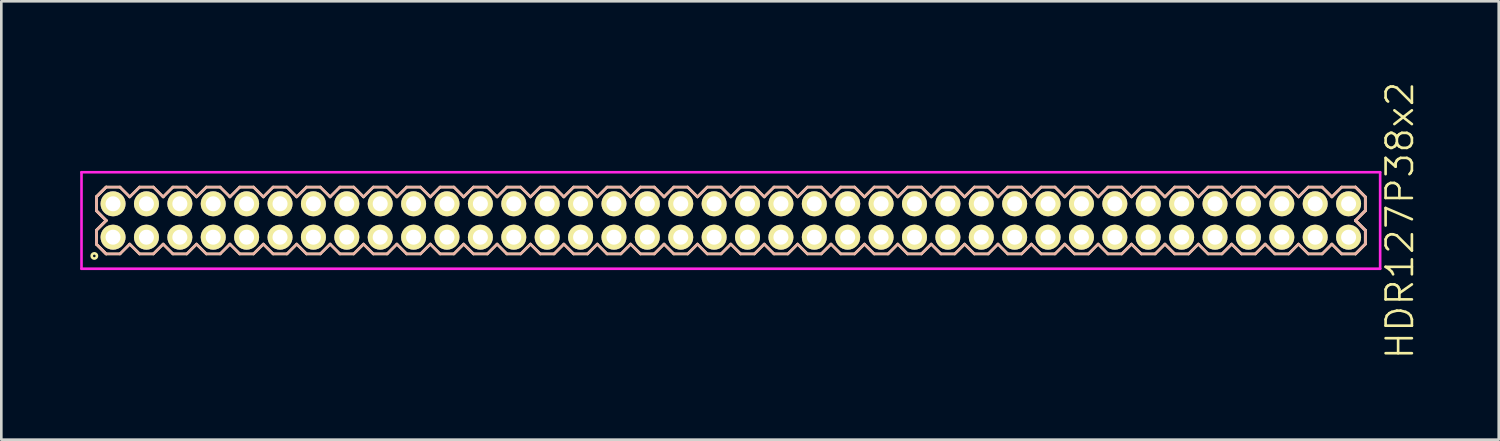
<source format=kicad_pcb>
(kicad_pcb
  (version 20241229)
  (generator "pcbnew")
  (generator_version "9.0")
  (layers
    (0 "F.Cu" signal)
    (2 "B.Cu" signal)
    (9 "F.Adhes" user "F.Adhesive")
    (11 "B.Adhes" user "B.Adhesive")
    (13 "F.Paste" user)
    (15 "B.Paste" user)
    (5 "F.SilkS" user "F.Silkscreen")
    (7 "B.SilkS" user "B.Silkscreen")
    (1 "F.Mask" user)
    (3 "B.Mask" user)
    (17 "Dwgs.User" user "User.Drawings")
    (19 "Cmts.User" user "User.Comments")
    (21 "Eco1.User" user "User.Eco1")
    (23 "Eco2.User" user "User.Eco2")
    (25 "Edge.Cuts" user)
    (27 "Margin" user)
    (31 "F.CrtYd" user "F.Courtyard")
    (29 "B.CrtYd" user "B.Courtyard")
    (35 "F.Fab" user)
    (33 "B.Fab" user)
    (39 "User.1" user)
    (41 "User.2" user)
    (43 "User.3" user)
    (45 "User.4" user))
  (footprint "HDR127P38x2"
    (layer "F.Cu")
    (at 24.745 5.336)
    (property "Reference" "HDR127P38x2" (at 25.445 0 90) (layer "F.SilkS") (effects (font (size 1 1) (thickness 0.1))))
    (attr through_hole)
    (fp_line (start -24.13 -0.898) (end -23.758 -1.27) (stroke (width 0.1) (type solid)) (layer "F.SilkS"))
    (fp_line (start -24.13 -0.898) (end -23.758 -1.27) (stroke (width 0.1) (type solid)) (layer "F.SilkS"))
    (fp_line (start -24.13 -0.372) (end -24.13 -0.898) (stroke (width 0.1) (type solid)) (layer "F.SilkS"))
    (fp_line (start -24.13 -0.372) (end -24.13 -0.898) (stroke (width 0.1) (type solid)) (layer "F.SilkS"))
    (fp_line (start -24.13 0.372) (end -23.758 0) (stroke (width 0.1) (type solid)) (layer "F.SilkS"))
    (fp_line (start -24.13 0.372) (end -23.758 0) (stroke (width 0.1) (type solid)) (layer "F.SilkS"))
    (fp_line (start -24.13 0.898) (end -24.13 0.372) (stroke (width 0.1) (type solid)) (layer "F.SilkS"))
    (fp_line (start -24.13 0.898) (end -24.13 0.372) (stroke (width 0.1) (type solid)) (layer "F.SilkS"))
    (fp_line (start -23.758 -1.27) (end -23.232 -1.27) (stroke (width 0.1) (type solid)) (layer "F.SilkS"))
    (fp_line (start -23.758 0) (end -24.13 -0.372) (stroke (width 0.1) (type solid)) (layer "F.SilkS"))
    (fp_line (start -23.758 0) (end -24.13 -0.372) (stroke (width 0.1) (type solid)) (layer "F.SilkS"))
    (fp_line (start -23.758 1.27) (end -24.13 0.898) (stroke (width 0.1) (type solid)) (layer "F.SilkS"))
    (fp_line (start -23.758 1.27) (end -24.13 0.898) (stroke (width 0.1) (type solid)) (layer "F.SilkS"))
    (fp_line (start -23.232 -1.27) (end -22.86 -0.898) (stroke (width 0.1) (type solid)) (layer "F.SilkS"))
    (fp_line (start -23.232 1.27) (end -23.758 1.27) (stroke (width 0.1) (type solid)) (layer "F.SilkS"))
    (fp_line (start -22.86 -0.898) (end -22.488 -1.27) (stroke (width 0.1) (type solid)) (layer "F.SilkS"))
    (fp_line (start -22.86 0.898) (end -23.232 1.27) (stroke (width 0.1) (type solid)) (layer "F.SilkS"))
    (fp_line (start -22.488 -1.27) (end -21.962 -1.27) (stroke (width 0.1) (type solid)) (layer "F.SilkS"))
    (fp_line (start -22.488 1.27) (end -22.86 0.898) (stroke (width 0.1) (type solid)) (layer "F.SilkS"))
    (fp_line (start -21.962 -1.27) (end -21.59 -0.898) (stroke (width 0.1) (type solid)) (layer "F.SilkS"))
    (fp_line (start -21.962 1.27) (end -22.488 1.27) (stroke (width 0.1) (type solid)) (layer "F.SilkS"))
    (fp_line (start -21.59 -0.898) (end -21.218 -1.27) (stroke (width 0.1) (type solid)) (layer "F.SilkS"))
    (fp_line (start -21.59 0.898) (end -21.962 1.27) (stroke (width 0.1) (type solid)) (layer "F.SilkS"))
    (fp_line (start -21.218 -1.27) (end -20.692 -1.27) (stroke (width 0.1) (type solid)) (layer "F.SilkS"))
    (fp_line (start -21.218 1.27) (end -21.59 0.898) (stroke (width 0.1) (type solid)) (layer "F.SilkS"))
    (fp_line (start -20.692 -1.27) (end -20.32 -0.898) (stroke (width 0.1) (type solid)) (layer "F.SilkS"))
    (fp_line (start -20.692 1.27) (end -21.218 1.27) (stroke (width 0.1) (type solid)) (layer "F.SilkS"))
    (fp_line (start -20.32 -0.898) (end -19.948 -1.27) (stroke (width 0.1) (type solid)) (layer "F.SilkS"))
    (fp_line (start -20.32 0.898) (end -20.692 1.27) (stroke (width 0.1) (type solid)) (layer "F.SilkS"))
    (fp_line (start -19.948 -1.27) (end -19.422 -1.27) (stroke (width 0.1) (type solid)) (layer "F.SilkS"))
    (fp_line (start -19.948 1.27) (end -20.32 0.898) (stroke (width 0.1) (type solid)) (layer "F.SilkS"))
    (fp_line (start -19.422 -1.27) (end -19.05 -0.898) (stroke (width 0.1) (type solid)) (layer "F.SilkS"))
    (fp_line (start -19.422 1.27) (end -19.948 1.27) (stroke (width 0.1) (type solid)) (layer "F.SilkS"))
    (fp_line (start -19.05 -0.898) (end -18.678 -1.27) (stroke (width 0.1) (type solid)) (layer "F.SilkS"))
    (fp_line (start -19.05 0.898) (end -19.422 1.27) (stroke (width 0.1) (type solid)) (layer "F.SilkS"))
    (fp_line (start -18.678 -1.27) (end -18.152 -1.27) (stroke (width 0.1) (type solid)) (layer "F.SilkS"))
    (fp_line (start -18.678 1.27) (end -19.05 0.898) (stroke (width 0.1) (type solid)) (layer "F.SilkS"))
    (fp_line (start -18.152 -1.27) (end -17.78 -0.898) (stroke (width 0.1) (type solid)) (layer "F.SilkS"))
    (fp_line (start -18.152 1.27) (end -18.678 1.27) (stroke (width 0.1) (type solid)) (layer "F.SilkS"))
    (fp_line (start -17.78 -0.898) (end -17.408 -1.27) (stroke (width 0.1) (type solid)) (layer "F.SilkS"))
    (fp_line (start -17.78 0.898) (end -18.152 1.27) (stroke (width 0.1) (type solid)) (layer "F.SilkS"))
    (fp_line (start -17.408 -1.27) (end -16.882 -1.27) (stroke (width 0.1) (type solid)) (layer "F.SilkS"))
    (fp_line (start -17.408 1.27) (end -17.78 0.898) (stroke (width 0.1) (type solid)) (layer "F.SilkS"))
    (fp_line (start -16.882 -1.27) (end -16.51 -0.898) (stroke (width 0.1) (type solid)) (layer "F.SilkS"))
    (fp_line (start -16.882 1.27) (end -17.408 1.27) (stroke (width 0.1) (type solid)) (layer "F.SilkS"))
    (fp_line (start -16.51 -0.898) (end -16.138 -1.27) (stroke (width 0.1) (type solid)) (layer "F.SilkS"))
    (fp_line (start -16.51 0.898) (end -16.882 1.27) (stroke (width 0.1) (type solid)) (layer "F.SilkS"))
    (fp_line (start -16.138 -1.27) (end -15.612 -1.27) (stroke (width 0.1) (type solid)) (layer "F.SilkS"))
    (fp_line (start -16.138 1.27) (end -16.51 0.898) (stroke (width 0.1) (type solid)) (layer "F.SilkS"))
    (fp_line (start -15.612 -1.27) (end -15.24 -0.898) (stroke (width 0.1) (type solid)) (layer "F.SilkS"))
    (fp_line (start -15.612 1.27) (end -16.138 1.27) (stroke (width 0.1) (type solid)) (layer "F.SilkS"))
    (fp_line (start -15.24 -0.898) (end -14.868 -1.27) (stroke (width 0.1) (type solid)) (layer "F.SilkS"))
    (fp_line (start -15.24 0.898) (end -15.612 1.27) (stroke (width 0.1) (type solid)) (layer "F.SilkS"))
    (fp_line (start -14.868 -1.27) (end -14.342 -1.27) (stroke (width 0.1) (type solid)) (layer "F.SilkS"))
    (fp_line (start -14.868 1.27) (end -15.24 0.898) (stroke (width 0.1) (type solid)) (layer "F.SilkS"))
    (fp_line (start -14.342 -1.27) (end -13.97 -0.898) (stroke (width 0.1) (type solid)) (layer "F.SilkS"))
    (fp_line (start -14.342 1.27) (end -14.868 1.27) (stroke (width 0.1) (type solid)) (layer "F.SilkS"))
    (fp_line (start -13.97 -0.898) (end -13.598 -1.27) (stroke (width 0.1) (type solid)) (layer "F.SilkS"))
    (fp_line (start -13.97 0.898) (end -14.342 1.27) (stroke (width 0.1) (type solid)) (layer "F.SilkS"))
    (fp_line (start -13.598 -1.27) (end -13.072 -1.27) (stroke (width 0.1) (type solid)) (layer "F.SilkS"))
    (fp_line (start -13.598 1.27) (end -13.97 0.898) (stroke (width 0.1) (type solid)) (layer "F.SilkS"))
    (fp_line (start -13.072 -1.27) (end -12.7 -0.898) (stroke (width 0.1) (type solid)) (layer "F.SilkS"))
    (fp_line (start -13.072 1.27) (end -13.598 1.27) (stroke (width 0.1) (type solid)) (layer "F.SilkS"))
    (fp_line (start -12.7 -0.898) (end -12.328 -1.27) (stroke (width 0.1) (type solid)) (layer "F.SilkS"))
    (fp_line (start -12.7 0.898) (end -13.072 1.27) (stroke (width 0.1) (type solid)) (layer "F.SilkS"))
    (fp_line (start -12.328 -1.27) (end -11.802 -1.27) (stroke (width 0.1) (type solid)) (layer "F.SilkS"))
    (fp_line (start -12.328 1.27) (end -12.7 0.898) (stroke (width 0.1) (type solid)) (layer "F.SilkS"))
    (fp_line (start -11.802 -1.27) (end -11.43 -0.898) (stroke (width 0.1) (type solid)) (layer "F.SilkS"))
    (fp_line (start -11.802 1.27) (end -12.328 1.27) (stroke (width 0.1) (type solid)) (layer "F.SilkS"))
    (fp_line (start -11.43 -0.898) (end -11.058 -1.27) (stroke (width 0.1) (type solid)) (layer "F.SilkS"))
    (fp_line (start -11.43 0.898) (end -11.802 1.27) (stroke (width 0.1) (type solid)) (layer "F.SilkS"))
    (fp_line (start -11.058 -1.27) (end -10.532 -1.27) (stroke (width 0.1) (type solid)) (layer "F.SilkS"))
    (fp_line (start -11.058 1.27) (end -11.43 0.898) (stroke (width 0.1) (type solid)) (layer "F.SilkS"))
    (fp_line (start -10.532 -1.27) (end -10.16 -0.898) (stroke (width 0.1) (type solid)) (layer "F.SilkS"))
    (fp_line (start -10.532 1.27) (end -11.058 1.27) (stroke (width 0.1) (type solid)) (layer "F.SilkS"))
    (fp_line (start -10.16 -0.898) (end -9.788 -1.27) (stroke (width 0.1) (type solid)) (layer "F.SilkS"))
    (fp_line (start -10.16 0.898) (end -10.532 1.27) (stroke (width 0.1) (type solid)) (layer "F.SilkS"))
    (fp_line (start -9.788 -1.27) (end -9.262 -1.27) (stroke (width 0.1) (type solid)) (layer "F.SilkS"))
    (fp_line (start -9.788 1.27) (end -10.16 0.898) (stroke (width 0.1) (type solid)) (layer "F.SilkS"))
    (fp_line (start -9.262 -1.27) (end -8.89 -0.898) (stroke (width 0.1) (type solid)) (layer "F.SilkS"))
    (fp_line (start -9.262 1.27) (end -9.788 1.27) (stroke (width 0.1) (type solid)) (layer "F.SilkS"))
    (fp_line (start -8.89 -0.898) (end -8.518 -1.27) (stroke (width 0.1) (type solid)) (layer "F.SilkS"))
    (fp_line (start -8.89 0.898) (end -9.262 1.27) (stroke (width 0.1) (type solid)) (layer "F.SilkS"))
    (fp_line (start -8.518 -1.27) (end -7.992 -1.27) (stroke (width 0.1) (type solid)) (layer "F.SilkS"))
    (fp_line (start -8.518 1.27) (end -8.89 0.898) (stroke (width 0.1) (type solid)) (layer "F.SilkS"))
    (fp_line (start -7.992 -1.27) (end -7.62 -0.898) (stroke (width 0.1) (type solid)) (layer "F.SilkS"))
    (fp_line (start -7.992 1.27) (end -8.518 1.27) (stroke (width 0.1) (type solid)) (layer "F.SilkS"))
    (fp_line (start -7.62 -0.898) (end -7.248 -1.27) (stroke (width 0.1) (type solid)) (layer "F.SilkS"))
    (fp_line (start -7.62 0.898) (end -7.992 1.27) (stroke (width 0.1) (type solid)) (layer "F.SilkS"))
    (fp_line (start -7.248 -1.27) (end -6.722 -1.27) (stroke (width 0.1) (type solid)) (layer "F.SilkS"))
    (fp_line (start -7.248 1.27) (end -7.62 0.898) (stroke (width 0.1) (type solid)) (layer "F.SilkS"))
    (fp_line (start -6.722 -1.27) (end -6.35 -0.898) (stroke (width 0.1) (type solid)) (layer "F.SilkS"))
    (fp_line (start -6.722 1.27) (end -7.248 1.27) (stroke (width 0.1) (type solid)) (layer "F.SilkS"))
    (fp_line (start -6.35 -0.898) (end -5.978 -1.27) (stroke (width 0.1) (type solid)) (layer "F.SilkS"))
    (fp_line (start -6.35 0.898) (end -6.722 1.27) (stroke (width 0.1) (type solid)) (layer "F.SilkS"))
    (fp_line (start -5.978 -1.27) (end -5.452 -1.27) (stroke (width 0.1) (type solid)) (layer "F.SilkS"))
    (fp_line (start -5.978 1.27) (end -6.35 0.898) (stroke (width 0.1) (type solid)) (layer "F.SilkS"))
    (fp_line (start -5.452 -1.27) (end -5.08 -0.898) (stroke (width 0.1) (type solid)) (layer "F.SilkS"))
    (fp_line (start -5.452 1.27) (end -5.978 1.27) (stroke (width 0.1) (type solid)) (layer "F.SilkS"))
    (fp_line (start -5.08 -0.898) (end -4.708 -1.27) (stroke (width 0.1) (type solid)) (layer "F.SilkS"))
    (fp_line (start -5.08 0.898) (end -5.452 1.27) (stroke (width 0.1) (type solid)) (layer "F.SilkS"))
    (fp_line (start -4.708 -1.27) (end -4.182 -1.27) (stroke (width 0.1) (type solid)) (layer "F.SilkS"))
    (fp_line (start -4.708 1.27) (end -5.08 0.898) (stroke (width 0.1) (type solid)) (layer "F.SilkS"))
    (fp_line (start -4.182 -1.27) (end -3.81 -0.898) (stroke (width 0.1) (type solid)) (layer "F.SilkS"))
    (fp_line (start -4.182 1.27) (end -4.708 1.27) (stroke (width 0.1) (type solid)) (layer "F.SilkS"))
    (fp_line (start -3.81 -0.898) (end -3.438 -1.27) (stroke (width 0.1) (type solid)) (layer "F.SilkS"))
    (fp_line (start -3.81 0.898) (end -4.182 1.27) (stroke (width 0.1) (type solid)) (layer "F.SilkS"))
    (fp_line (start -3.438 -1.27) (end -2.912 -1.27) (stroke (width 0.1) (type solid)) (layer "F.SilkS"))
    (fp_line (start -3.438 1.27) (end -3.81 0.898) (stroke (width 0.1) (type solid)) (layer "F.SilkS"))
    (fp_line (start -2.912 -1.27) (end -2.54 -0.898) (stroke (width 0.1) (type solid)) (layer "F.SilkS"))
    (fp_line (start -2.912 1.27) (end -3.438 1.27) (stroke (width 0.1) (type solid)) (layer "F.SilkS"))
    (fp_line (start -2.54 -0.898) (end -2.168 -1.27) (stroke (width 0.1) (type solid)) (layer "F.SilkS"))
    (fp_line (start -2.54 0.898) (end -2.912 1.27) (stroke (width 0.1) (type solid)) (layer "F.SilkS"))
    (fp_line (start -2.168 -1.27) (end -1.642 -1.27) (stroke (width 0.1) (type solid)) (layer "F.SilkS"))
    (fp_line (start -2.168 1.27) (end -2.54 0.898) (stroke (width 0.1) (type solid)) (layer "F.SilkS"))
    (fp_line (start -1.642 -1.27) (end -1.27 -0.898) (stroke (width 0.1) (type solid)) (layer "F.SilkS"))
    (fp_line (start -1.642 1.27) (end -2.168 1.27) (stroke (width 0.1) (type solid)) (layer "F.SilkS"))
    (fp_line (start -1.27 -0.898) (end -0.898 -1.27) (stroke (width 0.1) (type solid)) (layer "F.SilkS"))
    (fp_line (start -1.27 0.898) (end -1.642 1.27) (stroke (width 0.1) (type solid)) (layer "F.SilkS"))
    (fp_line (start -0.898 -1.27) (end -0.372 -1.27) (stroke (width 0.1) (type solid)) (layer "F.SilkS"))
    (fp_line (start -0.898 1.27) (end -1.27 0.898) (stroke (width 0.1) (type solid)) (layer "F.SilkS"))
    (fp_line (start -0.372 -1.27) (end 0 -0.898) (stroke (width 0.1) (type solid)) (layer "F.SilkS"))
    (fp_line (start -0.372 1.27) (end -0.898 1.27) (stroke (width 0.1) (type solid)) (layer "F.SilkS"))
    (fp_line (start 0 -0.898) (end 0.372 -1.27) (stroke (width 0.1) (type solid)) (layer "F.SilkS"))
    (fp_line (start 0 0.898) (end -0.372 1.27) (stroke (width 0.1) (type solid)) (layer "F.SilkS"))
    (fp_line (start 0.372 -1.27) (end 0.898 -1.27) (stroke (width 0.1) (type solid)) (layer "F.SilkS"))
    (fp_line (start 0.372 1.27) (end 0 0.898) (stroke (width 0.1) (type solid)) (layer "F.SilkS"))
    (fp_line (start 0.898 -1.27) (end 1.27 -0.898) (stroke (width 0.1) (type solid)) (layer "F.SilkS"))
    (fp_line (start 0.898 1.27) (end 0.372 1.27) (stroke (width 0.1) (type solid)) (layer "F.SilkS"))
    (fp_line (start 1.27 -0.898) (end 1.642 -1.27) (stroke (width 0.1) (type solid)) (layer "F.SilkS"))
    (fp_line (start 1.27 0.898) (end 0.898 1.27) (stroke (width 0.1) (type solid)) (layer "F.SilkS"))
    (fp_line (start 1.642 -1.27) (end 2.168 -1.27) (stroke (width 0.1) (type solid)) (layer "F.SilkS"))
    (fp_line (start 1.642 1.27) (end 1.27 0.898) (stroke (width 0.1) (type solid)) (layer "F.SilkS"))
    (fp_line (start 2.168 -1.27) (end 2.54 -0.898) (stroke (width 0.1) (type solid)) (layer "F.SilkS"))
    (fp_line (start 2.168 1.27) (end 1.642 1.27) (stroke (width 0.1) (type solid)) (layer "F.SilkS"))
    (fp_line (start 2.54 -0.898) (end 2.912 -1.27) (stroke (width 0.1) (type solid)) (layer "F.SilkS"))
    (fp_line (start 2.54 0.898) (end 2.168 1.27) (stroke (width 0.1) (type solid)) (layer "F.SilkS"))
    (fp_line (start 2.912 -1.27) (end 3.438 -1.27) (stroke (width 0.1) (type solid)) (layer "F.SilkS"))
    (fp_line (start 2.912 1.27) (end 2.54 0.898) (stroke (width 0.1) (type solid)) (layer "F.SilkS"))
    (fp_line (start 3.438 -1.27) (end 3.81 -0.898) (stroke (width 0.1) (type solid)) (layer "F.SilkS"))
    (fp_line (start 3.438 1.27) (end 2.912 1.27) (stroke (width 0.1) (type solid)) (layer "F.SilkS"))
    (fp_line (start 3.81 -0.898) (end 4.182 -1.27) (stroke (width 0.1) (type solid)) (layer "F.SilkS"))
    (fp_line (start 3.81 0.898) (end 3.438 1.27) (stroke (width 0.1) (type solid)) (layer "F.SilkS"))
    (fp_line (start 4.182 -1.27) (end 4.708 -1.27) (stroke (width 0.1) (type solid)) (layer "F.SilkS"))
    (fp_line (start 4.182 1.27) (end 3.81 0.898) (stroke (width 0.1) (type solid)) (layer "F.SilkS"))
    (fp_line (start 4.708 -1.27) (end 5.08 -0.898) (stroke (width 0.1) (type solid)) (layer "F.SilkS"))
    (fp_line (start 4.708 1.27) (end 4.182 1.27) (stroke (width 0.1) (type solid)) (layer "F.SilkS"))
    (fp_line (start 5.08 -0.898) (end 5.452 -1.27) (stroke (width 0.1) (type solid)) (layer "F.SilkS"))
    (fp_line (start 5.08 0.898) (end 4.708 1.27) (stroke (width 0.1) (type solid)) (layer "F.SilkS"))
    (fp_line (start 5.452 -1.27) (end 5.978 -1.27) (stroke (width 0.1) (type solid)) (layer "F.SilkS"))
    (fp_line (start 5.452 1.27) (end 5.08 0.898) (stroke (width 0.1) (type solid)) (layer "F.SilkS"))
    (fp_line (start 5.978 -1.27) (end 6.35 -0.898) (stroke (width 0.1) (type solid)) (layer "F.SilkS"))
    (fp_line (start 5.978 1.27) (end 5.452 1.27) (stroke (width 0.1) (type solid)) (layer "F.SilkS"))
    (fp_line (start 6.35 -0.898) (end 6.722 -1.27) (stroke (width 0.1) (type solid)) (layer "F.SilkS"))
    (fp_line (start 6.35 0.898) (end 5.978 1.27) (stroke (width 0.1) (type solid)) (layer "F.SilkS"))
    (fp_line (start 6.722 -1.27) (end 7.248 -1.27) (stroke (width 0.1) (type solid)) (layer "F.SilkS"))
    (fp_line (start 6.722 1.27) (end 6.35 0.898) (stroke (width 0.1) (type solid)) (layer "F.SilkS"))
    (fp_line (start 7.248 -1.27) (end 7.62 -0.898) (stroke (width 0.1) (type solid)) (layer "F.SilkS"))
    (fp_line (start 7.248 1.27) (end 6.722 1.27) (stroke (width 0.1) (type solid)) (layer "F.SilkS"))
    (fp_line (start 7.62 -0.898) (end 7.992 -1.27) (stroke (width 0.1) (type solid)) (layer "F.SilkS"))
    (fp_line (start 7.62 0.898) (end 7.248 1.27) (stroke (width 0.1) (type solid)) (layer "F.SilkS"))
    (fp_line (start 7.992 -1.27) (end 8.518 -1.27) (stroke (width 0.1) (type solid)) (layer "F.SilkS"))
    (fp_line (start 7.992 1.27) (end 7.62 0.898) (stroke (width 0.1) (type solid)) (layer "F.SilkS"))
    (fp_line (start 8.518 -1.27) (end 8.89 -0.898) (stroke (width 0.1) (type solid)) (layer "F.SilkS"))
    (fp_line (start 8.518 1.27) (end 7.992 1.27) (stroke (width 0.1) (type solid)) (layer "F.SilkS"))
    (fp_line (start 8.89 -0.898) (end 9.262 -1.27) (stroke (width 0.1) (type solid)) (layer "F.SilkS"))
    (fp_line (start 8.89 0.898) (end 8.518 1.27) (stroke (width 0.1) (type solid)) (layer "F.SilkS"))
    (fp_line (start 9.262 -1.27) (end 9.788 -1.27) (stroke (width 0.1) (type solid)) (layer "F.SilkS"))
    (fp_line (start 9.262 1.27) (end 8.89 0.898) (stroke (width 0.1) (type solid)) (layer "F.SilkS"))
    (fp_line (start 9.788 -1.27) (end 10.16 -0.898) (stroke (width 0.1) (type solid)) (layer "F.SilkS"))
    (fp_line (start 9.788 1.27) (end 9.262 1.27) (stroke (width 0.1) (type solid)) (layer "F.SilkS"))
    (fp_line (start 10.16 -0.898) (end 10.532 -1.27) (stroke (width 0.1) (type solid)) (layer "F.SilkS"))
    (fp_line (start 10.16 0.898) (end 9.788 1.27) (stroke (width 0.1) (type solid)) (layer "F.SilkS"))
    (fp_line (start 10.532 -1.27) (end 11.058 -1.27) (stroke (width 0.1) (type solid)) (layer "F.SilkS"))
    (fp_line (start 10.532 1.27) (end 10.16 0.898) (stroke (width 0.1) (type solid)) (layer "F.SilkS"))
    (fp_line (start 11.058 -1.27) (end 11.43 -0.898) (stroke (width 0.1) (type solid)) (layer "F.SilkS"))
    (fp_line (start 11.058 1.27) (end 10.532 1.27) (stroke (width 0.1) (type solid)) (layer "F.SilkS"))
    (fp_line (start 11.43 -0.898) (end 11.802 -1.27) (stroke (width 0.1) (type solid)) (layer "F.SilkS"))
    (fp_line (start 11.43 0.898) (end 11.058 1.27) (stroke (width 0.1) (type solid)) (layer "F.SilkS"))
    (fp_line (start 11.802 -1.27) (end 12.328 -1.27) (stroke (width 0.1) (type solid)) (layer "F.SilkS"))
    (fp_line (start 11.802 1.27) (end 11.43 0.898) (stroke (width 0.1) (type solid)) (layer "F.SilkS"))
    (fp_line (start 12.328 -1.27) (end 12.7 -0.898) (stroke (width 0.1) (type solid)) (layer "F.SilkS"))
    (fp_line (start 12.328 1.27) (end 11.802 1.27) (stroke (width 0.1) (type solid)) (layer "F.SilkS"))
    (fp_line (start 12.7 -0.898) (end 13.072 -1.27) (stroke (width 0.1) (type solid)) (layer "F.SilkS"))
    (fp_line (start 12.7 0.898) (end 12.328 1.27) (stroke (width 0.1) (type solid)) (layer "F.SilkS"))
    (fp_line (start 13.072 -1.27) (end 13.598 -1.27) (stroke (width 0.1) (type solid)) (layer "F.SilkS"))
    (fp_line (start 13.072 1.27) (end 12.7 0.898) (stroke (width 0.1) (type solid)) (layer "F.SilkS"))
    (fp_line (start 13.598 -1.27) (end 13.97 -0.898) (stroke (width 0.1) (type solid)) (layer "F.SilkS"))
    (fp_line (start 13.598 1.27) (end 13.072 1.27) (stroke (width 0.1) (type solid)) (layer "F.SilkS"))
    (fp_line (start 13.97 -0.898) (end 14.342 -1.27) (stroke (width 0.1) (type solid)) (layer "F.SilkS"))
    (fp_line (start 13.97 0.898) (end 13.598 1.27) (stroke (width 0.1) (type solid)) (layer "F.SilkS"))
    (fp_line (start 14.342 -1.27) (end 14.868 -1.27) (stroke (width 0.1) (type solid)) (layer "F.SilkS"))
    (fp_line (start 14.342 1.27) (end 13.97 0.898) (stroke (width 0.1) (type solid)) (layer "F.SilkS"))
    (fp_line (start 14.868 -1.27) (end 15.24 -0.898) (stroke (width 0.1) (type solid)) (layer "F.SilkS"))
    (fp_line (start 14.868 1.27) (end 14.342 1.27) (stroke (width 0.1) (type solid)) (layer "F.SilkS"))
    (fp_line (start 15.24 -0.898) (end 15.612 -1.27) (stroke (width 0.1) (type solid)) (layer "F.SilkS"))
    (fp_line (start 15.24 0.898) (end 14.868 1.27) (stroke (width 0.1) (type solid)) (layer "F.SilkS"))
    (fp_line (start 15.612 -1.27) (end 16.138 -1.27) (stroke (width 0.1) (type solid)) (layer "F.SilkS"))
    (fp_line (start 15.612 1.27) (end 15.24 0.898) (stroke (width 0.1) (type solid)) (layer "F.SilkS"))
    (fp_line (start 16.138 -1.27) (end 16.51 -0.898) (stroke (width 0.1) (type solid)) (layer "F.SilkS"))
    (fp_line (start 16.138 1.27) (end 15.612 1.27) (stroke (width 0.1) (type solid)) (layer "F.SilkS"))
    (fp_line (start 16.51 -0.898) (end 16.882 -1.27) (stroke (width 0.1) (type solid)) (layer "F.SilkS"))
    (fp_line (start 16.51 0.898) (end 16.138 1.27) (stroke (width 0.1) (type solid)) (layer "F.SilkS"))
    (fp_line (start 16.882 -1.27) (end 17.408 -1.27) (stroke (width 0.1) (type solid)) (layer "F.SilkS"))
    (fp_line (start 16.882 1.27) (end 16.51 0.898) (stroke (width 0.1) (type solid)) (layer "F.SilkS"))
    (fp_line (start 17.408 -1.27) (end 17.78 -0.898) (stroke (width 0.1) (type solid)) (layer "F.SilkS"))
    (fp_line (start 17.408 1.27) (end 16.882 1.27) (stroke (width 0.1) (type solid)) (layer "F.SilkS"))
    (fp_line (start 17.78 -0.898) (end 18.152 -1.27) (stroke (width 0.1) (type solid)) (layer "F.SilkS"))
    (fp_line (start 17.78 0.898) (end 17.408 1.27) (stroke (width 0.1) (type solid)) (layer "F.SilkS"))
    (fp_line (start 18.152 -1.27) (end 18.678 -1.27) (stroke (width 0.1) (type solid)) (layer "F.SilkS"))
    (fp_line (start 18.152 1.27) (end 17.78 0.898) (stroke (width 0.1) (type solid)) (layer "F.SilkS"))
    (fp_line (start 18.678 -1.27) (end 19.05 -0.898) (stroke (width 0.1) (type solid)) (layer "F.SilkS"))
    (fp_line (start 18.678 1.27) (end 18.152 1.27) (stroke (width 0.1) (type solid)) (layer "F.SilkS"))
    (fp_line (start 19.05 -0.898) (end 19.422 -1.27) (stroke (width 0.1) (type solid)) (layer "F.SilkS"))
    (fp_line (start 19.05 0.898) (end 18.678 1.27) (stroke (width 0.1) (type solid)) (layer "F.SilkS"))
    (fp_line (start 19.422 -1.27) (end 19.948 -1.27) (stroke (width 0.1) (type solid)) (layer "F.SilkS"))
    (fp_line (start 19.422 1.27) (end 19.05 0.898) (stroke (width 0.1) (type solid)) (layer "F.SilkS"))
    (fp_line (start 19.948 -1.27) (end 20.32 -0.898) (stroke (width 0.1) (type solid)) (layer "F.SilkS"))
    (fp_line (start 19.948 1.27) (end 19.422 1.27) (stroke (width 0.1) (type solid)) (layer "F.SilkS"))
    (fp_line (start 20.32 -0.898) (end 20.692 -1.27) (stroke (width 0.1) (type solid)) (layer "F.SilkS"))
    (fp_line (start 20.32 0.898) (end 19.948 1.27) (stroke (width 0.1) (type solid)) (layer "F.SilkS"))
    (fp_line (start 20.692 -1.27) (end 21.218 -1.27) (stroke (width 0.1) (type solid)) (layer "F.SilkS"))
    (fp_line (start 20.692 1.27) (end 20.32 0.898) (stroke (width 0.1) (type solid)) (layer "F.SilkS"))
    (fp_line (start 21.218 -1.27) (end 21.59 -0.898) (stroke (width 0.1) (type solid)) (layer "F.SilkS"))
    (fp_line (start 21.218 1.27) (end 20.692 1.27) (stroke (width 0.1) (type solid)) (layer "F.SilkS"))
    (fp_line (start 21.59 -0.898) (end 21.962 -1.27) (stroke (width 0.1) (type solid)) (layer "F.SilkS"))
    (fp_line (start 21.59 0.898) (end 21.218 1.27) (stroke (width 0.1) (type solid)) (layer "F.SilkS"))
    (fp_line (start 21.962 -1.27) (end 22.488 -1.27) (stroke (width 0.1) (type solid)) (layer "F.SilkS"))
    (fp_line (start 21.962 1.27) (end 21.59 0.898) (stroke (width 0.1) (type solid)) (layer "F.SilkS"))
    (fp_line (start 22.488 -1.27) (end 22.86 -0.898) (stroke (width 0.1) (type solid)) (layer "F.SilkS"))
    (fp_line (start 22.488 1.27) (end 21.962 1.27) (stroke (width 0.1) (type solid)) (layer "F.SilkS"))
    (fp_line (start 22.86 -0.898) (end 23.232 -1.27) (stroke (width 0.1) (type solid)) (layer "F.SilkS"))
    (fp_line (start 22.86 0.898) (end 22.488 1.27) (stroke (width 0.1) (type solid)) (layer "F.SilkS"))
    (fp_line (start 23.232 -1.27) (end 23.758 -1.27) (stroke (width 0.1) (type solid)) (layer "F.SilkS"))
    (fp_line (start 23.232 1.27) (end 22.86 0.898) (stroke (width 0.1) (type solid)) (layer "F.SilkS"))
    (fp_line (start 23.758 -1.27) (end 24.13 -0.898) (stroke (width 0.1) (type solid)) (layer "F.SilkS"))
    (fp_line (start 23.758 -1.27) (end 24.13 -0.898) (stroke (width 0.1) (type solid)) (layer "F.SilkS"))
    (fp_line (start 23.758 0) (end 24.13 0.372) (stroke (width 0.1) (type solid)) (layer "F.SilkS"))
    (fp_line (start 23.758 0) (end 24.13 0.372) (stroke (width 0.1) (type solid)) (layer "F.SilkS"))
    (fp_line (start 23.758 1.27) (end 23.232 1.27) (stroke (width 0.1) (type solid)) (layer "F.SilkS"))
    (fp_line (start 24.13 -0.898) (end 24.13 -0.372) (stroke (width 0.1) (type solid)) (layer "F.SilkS"))
    (fp_line (start 24.13 -0.898) (end 24.13 -0.372) (stroke (width 0.1) (type solid)) (layer "F.SilkS"))
    (fp_line (start 24.13 -0.372) (end 23.758 0) (stroke (width 0.1) (type solid)) (layer "F.SilkS"))
    (fp_line (start 24.13 -0.372) (end 23.758 0) (stroke (width 0.1) (type solid)) (layer "F.SilkS"))
    (fp_line (start 24.13 0.372) (end 24.13 0.898) (stroke (width 0.1) (type solid)) (layer "F.SilkS"))
    (fp_line (start 24.13 0.372) (end 24.13 0.898) (stroke (width 0.1) (type solid)) (layer "F.SilkS"))
    (fp_line (start 24.13 0.898) (end 23.758 1.27) (stroke (width 0.1) (type solid)) (layer "F.SilkS"))
    (fp_line (start 24.13 0.898) (end 23.758 1.27) (stroke (width 0.1) (type solid)) (layer "F.SilkS"))
    (fp_circle (center -24.208 1.348) (end -24.108 1.348) (stroke (width 0.1) (type solid)) (fill no) (layer "F.SilkS"))
    (fp_line (start -24.13 -0.898) (end -23.758 -1.27) (stroke (width 0.1) (type solid)) (layer "B.SilkS"))
    (fp_line (start -24.13 -0.898) (end -23.758 -1.27) (stroke (width 0.1) (type solid)) (layer "B.SilkS"))
    (fp_line (start -24.13 -0.372) (end -24.13 -0.898) (stroke (width 0.1) (type solid)) (layer "B.SilkS"))
    (fp_line (start -24.13 -0.372) (end -24.13 -0.898) (stroke (width 0.1) (type solid)) (layer "B.SilkS"))
    (fp_line (start -24.13 0.372) (end -23.758 0) (stroke (width 0.1) (type solid)) (layer "B.SilkS"))
    (fp_line (start -24.13 0.372) (end -23.758 0) (stroke (width 0.1) (type solid)) (layer "B.SilkS"))
    (fp_line (start -24.13 0.898) (end -24.13 0.372) (stroke (width 0.1) (type solid)) (layer "B.SilkS"))
    (fp_line (start -24.13 0.898) (end -24.13 0.372) (stroke (width 0.1) (type solid)) (layer "B.SilkS"))
    (fp_line (start -23.758 -1.27) (end -23.232 -1.27) (stroke (width 0.1) (type solid)) (layer "B.SilkS"))
    (fp_line (start -23.758 0) (end -24.13 -0.372) (stroke (width 0.1) (type solid)) (layer "B.SilkS"))
    (fp_line (start -23.758 0) (end -24.13 -0.372) (stroke (width 0.1) (type solid)) (layer "B.SilkS"))
    (fp_line (start -23.758 1.27) (end -24.13 0.898) (stroke (width 0.1) (type solid)) (layer "B.SilkS"))
    (fp_line (start -23.758 1.27) (end -24.13 0.898) (stroke (width 0.1) (type solid)) (layer "B.SilkS"))
    (fp_line (start -23.232 -1.27) (end -22.86 -0.898) (stroke (width 0.1) (type solid)) (layer "B.SilkS"))
    (fp_line (start -23.232 1.27) (end -23.758 1.27) (stroke (width 0.1) (type solid)) (layer "B.SilkS"))
    (fp_line (start -22.86 -0.898) (end -22.488 -1.27) (stroke (width 0.1) (type solid)) (layer "B.SilkS"))
    (fp_line (start -22.86 0.898) (end -23.232 1.27) (stroke (width 0.1) (type solid)) (layer "B.SilkS"))
    (fp_line (start -22.488 -1.27) (end -21.962 -1.27) (stroke (width 0.1) (type solid)) (layer "B.SilkS"))
    (fp_line (start -22.488 1.27) (end -22.86 0.898) (stroke (width 0.1) (type solid)) (layer "B.SilkS"))
    (fp_line (start -21.962 -1.27) (end -21.59 -0.898) (stroke (width 0.1) (type solid)) (layer "B.SilkS"))
    (fp_line (start -21.962 1.27) (end -22.488 1.27) (stroke (width 0.1) (type solid)) (layer "B.SilkS"))
    (fp_line (start -21.59 -0.898) (end -21.218 -1.27) (stroke (width 0.1) (type solid)) (layer "B.SilkS"))
    (fp_line (start -21.59 0.898) (end -21.962 1.27) (stroke (width 0.1) (type solid)) (layer "B.SilkS"))
    (fp_line (start -21.218 -1.27) (end -20.692 -1.27) (stroke (width 0.1) (type solid)) (layer "B.SilkS"))
    (fp_line (start -21.218 1.27) (end -21.59 0.898) (stroke (width 0.1) (type solid)) (layer "B.SilkS"))
    (fp_line (start -20.692 -1.27) (end -20.32 -0.898) (stroke (width 0.1) (type solid)) (layer "B.SilkS"))
    (fp_line (start -20.692 1.27) (end -21.218 1.27) (stroke (width 0.1) (type solid)) (layer "B.SilkS"))
    (fp_line (start -20.32 -0.898) (end -19.948 -1.27) (stroke (width 0.1) (type solid)) (layer "B.SilkS"))
    (fp_line (start -20.32 0.898) (end -20.692 1.27) (stroke (width 0.1) (type solid)) (layer "B.SilkS"))
    (fp_line (start -19.948 -1.27) (end -19.422 -1.27) (stroke (width 0.1) (type solid)) (layer "B.SilkS"))
    (fp_line (start -19.948 1.27) (end -20.32 0.898) (stroke (width 0.1) (type solid)) (layer "B.SilkS"))
    (fp_line (start -19.422 -1.27) (end -19.05 -0.898) (stroke (width 0.1) (type solid)) (layer "B.SilkS"))
    (fp_line (start -19.422 1.27) (end -19.948 1.27) (stroke (width 0.1) (type solid)) (layer "B.SilkS"))
    (fp_line (start -19.05 -0.898) (end -18.678 -1.27) (stroke (width 0.1) (type solid)) (layer "B.SilkS"))
    (fp_line (start -19.05 0.898) (end -19.422 1.27) (stroke (width 0.1) (type solid)) (layer "B.SilkS"))
    (fp_line (start -18.678 -1.27) (end -18.152 -1.27) (stroke (width 0.1) (type solid)) (layer "B.SilkS"))
    (fp_line (start -18.678 1.27) (end -19.05 0.898) (stroke (width 0.1) (type solid)) (layer "B.SilkS"))
    (fp_line (start -18.152 -1.27) (end -17.78 -0.898) (stroke (width 0.1) (type solid)) (layer "B.SilkS"))
    (fp_line (start -18.152 1.27) (end -18.678 1.27) (stroke (width 0.1) (type solid)) (layer "B.SilkS"))
    (fp_line (start -17.78 -0.898) (end -17.408 -1.27) (stroke (width 0.1) (type solid)) (layer "B.SilkS"))
    (fp_line (start -17.78 0.898) (end -18.152 1.27) (stroke (width 0.1) (type solid)) (layer "B.SilkS"))
    (fp_line (start -17.408 -1.27) (end -16.882 -1.27) (stroke (width 0.1) (type solid)) (layer "B.SilkS"))
    (fp_line (start -17.408 1.27) (end -17.78 0.898) (stroke (width 0.1) (type solid)) (layer "B.SilkS"))
    (fp_line (start -16.882 -1.27) (end -16.51 -0.898) (stroke (width 0.1) (type solid)) (layer "B.SilkS"))
    (fp_line (start -16.882 1.27) (end -17.408 1.27) (stroke (width 0.1) (type solid)) (layer "B.SilkS"))
    (fp_line (start -16.51 -0.898) (end -16.138 -1.27) (stroke (width 0.1) (type solid)) (layer "B.SilkS"))
    (fp_line (start -16.51 0.898) (end -16.882 1.27) (stroke (width 0.1) (type solid)) (layer "B.SilkS"))
    (fp_line (start -16.138 -1.27) (end -15.612 -1.27) (stroke (width 0.1) (type solid)) (layer "B.SilkS"))
    (fp_line (start -16.138 1.27) (end -16.51 0.898) (stroke (width 0.1) (type solid)) (layer "B.SilkS"))
    (fp_line (start -15.612 -1.27) (end -15.24 -0.898) (stroke (width 0.1) (type solid)) (layer "B.SilkS"))
    (fp_line (start -15.612 1.27) (end -16.138 1.27) (stroke (width 0.1) (type solid)) (layer "B.SilkS"))
    (fp_line (start -15.24 -0.898) (end -14.868 -1.27) (stroke (width 0.1) (type solid)) (layer "B.SilkS"))
    (fp_line (start -15.24 0.898) (end -15.612 1.27) (stroke (width 0.1) (type solid)) (layer "B.SilkS"))
    (fp_line (start -14.868 -1.27) (end -14.342 -1.27) (stroke (width 0.1) (type solid)) (layer "B.SilkS"))
    (fp_line (start -14.868 1.27) (end -15.24 0.898) (stroke (width 0.1) (type solid)) (layer "B.SilkS"))
    (fp_line (start -14.342 -1.27) (end -13.97 -0.898) (stroke (width 0.1) (type solid)) (layer "B.SilkS"))
    (fp_line (start -14.342 1.27) (end -14.868 1.27) (stroke (width 0.1) (type solid)) (layer "B.SilkS"))
    (fp_line (start -13.97 -0.898) (end -13.598 -1.27) (stroke (width 0.1) (type solid)) (layer "B.SilkS"))
    (fp_line (start -13.97 0.898) (end -14.342 1.27) (stroke (width 0.1) (type solid)) (layer "B.SilkS"))
    (fp_line (start -13.598 -1.27) (end -13.072 -1.27) (stroke (width 0.1) (type solid)) (layer "B.SilkS"))
    (fp_line (start -13.598 1.27) (end -13.97 0.898) (stroke (width 0.1) (type solid)) (layer "B.SilkS"))
    (fp_line (start -13.072 -1.27) (end -12.7 -0.898) (stroke (width 0.1) (type solid)) (layer "B.SilkS"))
    (fp_line (start -13.072 1.27) (end -13.598 1.27) (stroke (width 0.1) (type solid)) (layer "B.SilkS"))
    (fp_line (start -12.7 -0.898) (end -12.328 -1.27) (stroke (width 0.1) (type solid)) (layer "B.SilkS"))
    (fp_line (start -12.7 0.898) (end -13.072 1.27) (stroke (width 0.1) (type solid)) (layer "B.SilkS"))
    (fp_line (start -12.328 -1.27) (end -11.802 -1.27) (stroke (width 0.1) (type solid)) (layer "B.SilkS"))
    (fp_line (start -12.328 1.27) (end -12.7 0.898) (stroke (width 0.1) (type solid)) (layer "B.SilkS"))
    (fp_line (start -11.802 -1.27) (end -11.43 -0.898) (stroke (width 0.1) (type solid)) (layer "B.SilkS"))
    (fp_line (start -11.802 1.27) (end -12.328 1.27) (stroke (width 0.1) (type solid)) (layer "B.SilkS"))
    (fp_line (start -11.43 -0.898) (end -11.058 -1.27) (stroke (width 0.1) (type solid)) (layer "B.SilkS"))
    (fp_line (start -11.43 0.898) (end -11.802 1.27) (stroke (width 0.1) (type solid)) (layer "B.SilkS"))
    (fp_line (start -11.058 -1.27) (end -10.532 -1.27) (stroke (width 0.1) (type solid)) (layer "B.SilkS"))
    (fp_line (start -11.058 1.27) (end -11.43 0.898) (stroke (width 0.1) (type solid)) (layer "B.SilkS"))
    (fp_line (start -10.532 -1.27) (end -10.16 -0.898) (stroke (width 0.1) (type solid)) (layer "B.SilkS"))
    (fp_line (start -10.532 1.27) (end -11.058 1.27) (stroke (width 0.1) (type solid)) (layer "B.SilkS"))
    (fp_line (start -10.16 -0.898) (end -9.788 -1.27) (stroke (width 0.1) (type solid)) (layer "B.SilkS"))
    (fp_line (start -10.16 0.898) (end -10.532 1.27) (stroke (width 0.1) (type solid)) (layer "B.SilkS"))
    (fp_line (start -9.788 -1.27) (end -9.262 -1.27) (stroke (width 0.1) (type solid)) (layer "B.SilkS"))
    (fp_line (start -9.788 1.27) (end -10.16 0.898) (stroke (width 0.1) (type solid)) (layer "B.SilkS"))
    (fp_line (start -9.262 -1.27) (end -8.89 -0.898) (stroke (width 0.1) (type solid)) (layer "B.SilkS"))
    (fp_line (start -9.262 1.27) (end -9.788 1.27) (stroke (width 0.1) (type solid)) (layer "B.SilkS"))
    (fp_line (start -8.89 -0.898) (end -8.518 -1.27) (stroke (width 0.1) (type solid)) (layer "B.SilkS"))
    (fp_line (start -8.89 0.898) (end -9.262 1.27) (stroke (width 0.1) (type solid)) (layer "B.SilkS"))
    (fp_line (start -8.518 -1.27) (end -7.992 -1.27) (stroke (width 0.1) (type solid)) (layer "B.SilkS"))
    (fp_line (start -8.518 1.27) (end -8.89 0.898) (stroke (width 0.1) (type solid)) (layer "B.SilkS"))
    (fp_line (start -7.992 -1.27) (end -7.62 -0.898) (stroke (width 0.1) (type solid)) (layer "B.SilkS"))
    (fp_line (start -7.992 1.27) (end -8.518 1.27) (stroke (width 0.1) (type solid)) (layer "B.SilkS"))
    (fp_line (start -7.62 -0.898) (end -7.248 -1.27) (stroke (width 0.1) (type solid)) (layer "B.SilkS"))
    (fp_line (start -7.62 0.898) (end -7.992 1.27) (stroke (width 0.1) (type solid)) (layer "B.SilkS"))
    (fp_line (start -7.248 -1.27) (end -6.722 -1.27) (stroke (width 0.1) (type solid)) (layer "B.SilkS"))
    (fp_line (start -7.248 1.27) (end -7.62 0.898) (stroke (width 0.1) (type solid)) (layer "B.SilkS"))
    (fp_line (start -6.722 -1.27) (end -6.35 -0.898) (stroke (width 0.1) (type solid)) (layer "B.SilkS"))
    (fp_line (start -6.722 1.27) (end -7.248 1.27) (stroke (width 0.1) (type solid)) (layer "B.SilkS"))
    (fp_line (start -6.35 -0.898) (end -5.978 -1.27) (stroke (width 0.1) (type solid)) (layer "B.SilkS"))
    (fp_line (start -6.35 0.898) (end -6.722 1.27) (stroke (width 0.1) (type solid)) (layer "B.SilkS"))
    (fp_line (start -5.978 -1.27) (end -5.452 -1.27) (stroke (width 0.1) (type solid)) (layer "B.SilkS"))
    (fp_line (start -5.978 1.27) (end -6.35 0.898) (stroke (width 0.1) (type solid)) (layer "B.SilkS"))
    (fp_line (start -5.452 -1.27) (end -5.08 -0.898) (stroke (width 0.1) (type solid)) (layer "B.SilkS"))
    (fp_line (start -5.452 1.27) (end -5.978 1.27) (stroke (width 0.1) (type solid)) (layer "B.SilkS"))
    (fp_line (start -5.08 -0.898) (end -4.708 -1.27) (stroke (width 0.1) (type solid)) (layer "B.SilkS"))
    (fp_line (start -5.08 0.898) (end -5.452 1.27) (stroke (width 0.1) (type solid)) (layer "B.SilkS"))
    (fp_line (start -4.708 -1.27) (end -4.182 -1.27) (stroke (width 0.1) (type solid)) (layer "B.SilkS"))
    (fp_line (start -4.708 1.27) (end -5.08 0.898) (stroke (width 0.1) (type solid)) (layer "B.SilkS"))
    (fp_line (start -4.182 -1.27) (end -3.81 -0.898) (stroke (width 0.1) (type solid)) (layer "B.SilkS"))
    (fp_line (start -4.182 1.27) (end -4.708 1.27) (stroke (width 0.1) (type solid)) (layer "B.SilkS"))
    (fp_line (start -3.81 -0.898) (end -3.438 -1.27) (stroke (width 0.1) (type solid)) (layer "B.SilkS"))
    (fp_line (start -3.81 0.898) (end -4.182 1.27) (stroke (width 0.1) (type solid)) (layer "B.SilkS"))
    (fp_line (start -3.438 -1.27) (end -2.912 -1.27) (stroke (width 0.1) (type solid)) (layer "B.SilkS"))
    (fp_line (start -3.438 1.27) (end -3.81 0.898) (stroke (width 0.1) (type solid)) (layer "B.SilkS"))
    (fp_line (start -2.912 -1.27) (end -2.54 -0.898) (stroke (width 0.1) (type solid)) (layer "B.SilkS"))
    (fp_line (start -2.912 1.27) (end -3.438 1.27) (stroke (width 0.1) (type solid)) (layer "B.SilkS"))
    (fp_line (start -2.54 -0.898) (end -2.168 -1.27) (stroke (width 0.1) (type solid)) (layer "B.SilkS"))
    (fp_line (start -2.54 0.898) (end -2.912 1.27) (stroke (width 0.1) (type solid)) (layer "B.SilkS"))
    (fp_line (start -2.168 -1.27) (end -1.642 -1.27) (stroke (width 0.1) (type solid)) (layer "B.SilkS"))
    (fp_line (start -2.168 1.27) (end -2.54 0.898) (stroke (width 0.1) (type solid)) (layer "B.SilkS"))
    (fp_line (start -1.642 -1.27) (end -1.27 -0.898) (stroke (width 0.1) (type solid)) (layer "B.SilkS"))
    (fp_line (start -1.642 1.27) (end -2.168 1.27) (stroke (width 0.1) (type solid)) (layer "B.SilkS"))
    (fp_line (start -1.27 -0.898) (end -0.898 -1.27) (stroke (width 0.1) (type solid)) (layer "B.SilkS"))
    (fp_line (start -1.27 0.898) (end -1.642 1.27) (stroke (width 0.1) (type solid)) (layer "B.SilkS"))
    (fp_line (start -0.898 -1.27) (end -0.372 -1.27) (stroke (width 0.1) (type solid)) (layer "B.SilkS"))
    (fp_line (start -0.898 1.27) (end -1.27 0.898) (stroke (width 0.1) (type solid)) (layer "B.SilkS"))
    (fp_line (start -0.372 -1.27) (end 0 -0.898) (stroke (width 0.1) (type solid)) (layer "B.SilkS"))
    (fp_line (start -0.372 1.27) (end -0.898 1.27) (stroke (width 0.1) (type solid)) (layer "B.SilkS"))
    (fp_line (start 0 -0.898) (end 0.372 -1.27) (stroke (width 0.1) (type solid)) (layer "B.SilkS"))
    (fp_line (start 0 0.898) (end -0.372 1.27) (stroke (width 0.1) (type solid)) (layer "B.SilkS"))
    (fp_line (start 0.372 -1.27) (end 0.898 -1.27) (stroke (width 0.1) (type solid)) (layer "B.SilkS"))
    (fp_line (start 0.372 1.27) (end 0 0.898) (stroke (width 0.1) (type solid)) (layer "B.SilkS"))
    (fp_line (start 0.898 -1.27) (end 1.27 -0.898) (stroke (width 0.1) (type solid)) (layer "B.SilkS"))
    (fp_line (start 0.898 1.27) (end 0.372 1.27) (stroke (width 0.1) (type solid)) (layer "B.SilkS"))
    (fp_line (start 1.27 -0.898) (end 1.642 -1.27) (stroke (width 0.1) (type solid)) (layer "B.SilkS"))
    (fp_line (start 1.27 0.898) (end 0.898 1.27) (stroke (width 0.1) (type solid)) (layer "B.SilkS"))
    (fp_line (start 1.642 -1.27) (end 2.168 -1.27) (stroke (width 0.1) (type solid)) (layer "B.SilkS"))
    (fp_line (start 1.642 1.27) (end 1.27 0.898) (stroke (width 0.1) (type solid)) (layer "B.SilkS"))
    (fp_line (start 2.168 -1.27) (end 2.54 -0.898) (stroke (width 0.1) (type solid)) (layer "B.SilkS"))
    (fp_line (start 2.168 1.27) (end 1.642 1.27) (stroke (width 0.1) (type solid)) (layer "B.SilkS"))
    (fp_line (start 2.54 -0.898) (end 2.912 -1.27) (stroke (width 0.1) (type solid)) (layer "B.SilkS"))
    (fp_line (start 2.54 0.898) (end 2.168 1.27) (stroke (width 0.1) (type solid)) (layer "B.SilkS"))
    (fp_line (start 2.912 -1.27) (end 3.438 -1.27) (stroke (width 0.1) (type solid)) (layer "B.SilkS"))
    (fp_line (start 2.912 1.27) (end 2.54 0.898) (stroke (width 0.1) (type solid)) (layer "B.SilkS"))
    (fp_line (start 3.438 -1.27) (end 3.81 -0.898) (stroke (width 0.1) (type solid)) (layer "B.SilkS"))
    (fp_line (start 3.438 1.27) (end 2.912 1.27) (stroke (width 0.1) (type solid)) (layer "B.SilkS"))
    (fp_line (start 3.81 -0.898) (end 4.182 -1.27) (stroke (width 0.1) (type solid)) (layer "B.SilkS"))
    (fp_line (start 3.81 0.898) (end 3.438 1.27) (stroke (width 0.1) (type solid)) (layer "B.SilkS"))
    (fp_line (start 4.182 -1.27) (end 4.708 -1.27) (stroke (width 0.1) (type solid)) (layer "B.SilkS"))
    (fp_line (start 4.182 1.27) (end 3.81 0.898) (stroke (width 0.1) (type solid)) (layer "B.SilkS"))
    (fp_line (start 4.708 -1.27) (end 5.08 -0.898) (stroke (width 0.1) (type solid)) (layer "B.SilkS"))
    (fp_line (start 4.708 1.27) (end 4.182 1.27) (stroke (width 0.1) (type solid)) (layer "B.SilkS"))
    (fp_line (start 5.08 -0.898) (end 5.452 -1.27) (stroke (width 0.1) (type solid)) (layer "B.SilkS"))
    (fp_line (start 5.08 0.898) (end 4.708 1.27) (stroke (width 0.1) (type solid)) (layer "B.SilkS"))
    (fp_line (start 5.452 -1.27) (end 5.978 -1.27) (stroke (width 0.1) (type solid)) (layer "B.SilkS"))
    (fp_line (start 5.452 1.27) (end 5.08 0.898) (stroke (width 0.1) (type solid)) (layer "B.SilkS"))
    (fp_line (start 5.978 -1.27) (end 6.35 -0.898) (stroke (width 0.1) (type solid)) (layer "B.SilkS"))
    (fp_line (start 5.978 1.27) (end 5.452 1.27) (stroke (width 0.1) (type solid)) (layer "B.SilkS"))
    (fp_line (start 6.35 -0.898) (end 6.722 -1.27) (stroke (width 0.1) (type solid)) (layer "B.SilkS"))
    (fp_line (start 6.35 0.898) (end 5.978 1.27) (stroke (width 0.1) (type solid)) (layer "B.SilkS"))
    (fp_line (start 6.722 -1.27) (end 7.248 -1.27) (stroke (width 0.1) (type solid)) (layer "B.SilkS"))
    (fp_line (start 6.722 1.27) (end 6.35 0.898) (stroke (width 0.1) (type solid)) (layer "B.SilkS"))
    (fp_line (start 7.248 -1.27) (end 7.62 -0.898) (stroke (width 0.1) (type solid)) (layer "B.SilkS"))
    (fp_line (start 7.248 1.27) (end 6.722 1.27) (stroke (width 0.1) (type solid)) (layer "B.SilkS"))
    (fp_line (start 7.62 -0.898) (end 7.992 -1.27) (stroke (width 0.1) (type solid)) (layer "B.SilkS"))
    (fp_line (start 7.62 0.898) (end 7.248 1.27) (stroke (width 0.1) (type solid)) (layer "B.SilkS"))
    (fp_line (start 7.992 -1.27) (end 8.518 -1.27) (stroke (width 0.1) (type solid)) (layer "B.SilkS"))
    (fp_line (start 7.992 1.27) (end 7.62 0.898) (stroke (width 0.1) (type solid)) (layer "B.SilkS"))
    (fp_line (start 8.518 -1.27) (end 8.89 -0.898) (stroke (width 0.1) (type solid)) (layer "B.SilkS"))
    (fp_line (start 8.518 1.27) (end 7.992 1.27) (stroke (width 0.1) (type solid)) (layer "B.SilkS"))
    (fp_line (start 8.89 -0.898) (end 9.262 -1.27) (stroke (width 0.1) (type solid)) (layer "B.SilkS"))
    (fp_line (start 8.89 0.898) (end 8.518 1.27) (stroke (width 0.1) (type solid)) (layer "B.SilkS"))
    (fp_line (start 9.262 -1.27) (end 9.788 -1.27) (stroke (width 0.1) (type solid)) (layer "B.SilkS"))
    (fp_line (start 9.262 1.27) (end 8.89 0.898) (stroke (width 0.1) (type solid)) (layer "B.SilkS"))
    (fp_line (start 9.788 -1.27) (end 10.16 -0.898) (stroke (width 0.1) (type solid)) (layer "B.SilkS"))
    (fp_line (start 9.788 1.27) (end 9.262 1.27) (stroke (width 0.1) (type solid)) (layer "B.SilkS"))
    (fp_line (start 10.16 -0.898) (end 10.532 -1.27) (stroke (width 0.1) (type solid)) (layer "B.SilkS"))
    (fp_line (start 10.16 0.898) (end 9.788 1.27) (stroke (width 0.1) (type solid)) (layer "B.SilkS"))
    (fp_line (start 10.532 -1.27) (end 11.058 -1.27) (stroke (width 0.1) (type solid)) (layer "B.SilkS"))
    (fp_line (start 10.532 1.27) (end 10.16 0.898) (stroke (width 0.1) (type solid)) (layer "B.SilkS"))
    (fp_line (start 11.058 -1.27) (end 11.43 -0.898) (stroke (width 0.1) (type solid)) (layer "B.SilkS"))
    (fp_line (start 11.058 1.27) (end 10.532 1.27) (stroke (width 0.1) (type solid)) (layer "B.SilkS"))
    (fp_line (start 11.43 -0.898) (end 11.802 -1.27) (stroke (width 0.1) (type solid)) (layer "B.SilkS"))
    (fp_line (start 11.43 0.898) (end 11.058 1.27) (stroke (width 0.1) (type solid)) (layer "B.SilkS"))
    (fp_line (start 11.802 -1.27) (end 12.328 -1.27) (stroke (width 0.1) (type solid)) (layer "B.SilkS"))
    (fp_line (start 11.802 1.27) (end 11.43 0.898) (stroke (width 0.1) (type solid)) (layer "B.SilkS"))
    (fp_line (start 12.328 -1.27) (end 12.7 -0.898) (stroke (width 0.1) (type solid)) (layer "B.SilkS"))
    (fp_line (start 12.328 1.27) (end 11.802 1.27) (stroke (width 0.1) (type solid)) (layer "B.SilkS"))
    (fp_line (start 12.7 -0.898) (end 13.072 -1.27) (stroke (width 0.1) (type solid)) (layer "B.SilkS"))
    (fp_line (start 12.7 0.898) (end 12.328 1.27) (stroke (width 0.1) (type solid)) (layer "B.SilkS"))
    (fp_line (start 13.072 -1.27) (end 13.598 -1.27) (stroke (width 0.1) (type solid)) (layer "B.SilkS"))
    (fp_line (start 13.072 1.27) (end 12.7 0.898) (stroke (width 0.1) (type solid)) (layer "B.SilkS"))
    (fp_line (start 13.598 -1.27) (end 13.97 -0.898) (stroke (width 0.1) (type solid)) (layer "B.SilkS"))
    (fp_line (start 13.598 1.27) (end 13.072 1.27) (stroke (width 0.1) (type solid)) (layer "B.SilkS"))
    (fp_line (start 13.97 -0.898) (end 14.342 -1.27) (stroke (width 0.1) (type solid)) (layer "B.SilkS"))
    (fp_line (start 13.97 0.898) (end 13.598 1.27) (stroke (width 0.1) (type solid)) (layer "B.SilkS"))
    (fp_line (start 14.342 -1.27) (end 14.868 -1.27) (stroke (width 0.1) (type solid)) (layer "B.SilkS"))
    (fp_line (start 14.342 1.27) (end 13.97 0.898) (stroke (width 0.1) (type solid)) (layer "B.SilkS"))
    (fp_line (start 14.868 -1.27) (end 15.24 -0.898) (stroke (width 0.1) (type solid)) (layer "B.SilkS"))
    (fp_line (start 14.868 1.27) (end 14.342 1.27) (stroke (width 0.1) (type solid)) (layer "B.SilkS"))
    (fp_line (start 15.24 -0.898) (end 15.612 -1.27) (stroke (width 0.1) (type solid)) (layer "B.SilkS"))
    (fp_line (start 15.24 0.898) (end 14.868 1.27) (stroke (width 0.1) (type solid)) (layer "B.SilkS"))
    (fp_line (start 15.612 -1.27) (end 16.138 -1.27) (stroke (width 0.1) (type solid)) (layer "B.SilkS"))
    (fp_line (start 15.612 1.27) (end 15.24 0.898) (stroke (width 0.1) (type solid)) (layer "B.SilkS"))
    (fp_line (start 16.138 -1.27) (end 16.51 -0.898) (stroke (width 0.1) (type solid)) (layer "B.SilkS"))
    (fp_line (start 16.138 1.27) (end 15.612 1.27) (stroke (width 0.1) (type solid)) (layer "B.SilkS"))
    (fp_line (start 16.51 -0.898) (end 16.882 -1.27) (stroke (width 0.1) (type solid)) (layer "B.SilkS"))
    (fp_line (start 16.51 0.898) (end 16.138 1.27) (stroke (width 0.1) (type solid)) (layer "B.SilkS"))
    (fp_line (start 16.882 -1.27) (end 17.408 -1.27) (stroke (width 0.1) (type solid)) (layer "B.SilkS"))
    (fp_line (start 16.882 1.27) (end 16.51 0.898) (stroke (width 0.1) (type solid)) (layer "B.SilkS"))
    (fp_line (start 17.408 -1.27) (end 17.78 -0.898) (stroke (width 0.1) (type solid)) (layer "B.SilkS"))
    (fp_line (start 17.408 1.27) (end 16.882 1.27) (stroke (width 0.1) (type solid)) (layer "B.SilkS"))
    (fp_line (start 17.78 -0.898) (end 18.152 -1.27) (stroke (width 0.1) (type solid)) (layer "B.SilkS"))
    (fp_line (start 17.78 0.898) (end 17.408 1.27) (stroke (width 0.1) (type solid)) (layer "B.SilkS"))
    (fp_line (start 18.152 -1.27) (end 18.678 -1.27) (stroke (width 0.1) (type solid)) (layer "B.SilkS"))
    (fp_line (start 18.152 1.27) (end 17.78 0.898) (stroke (width 0.1) (type solid)) (layer "B.SilkS"))
    (fp_line (start 18.678 -1.27) (end 19.05 -0.898) (stroke (width 0.1) (type solid)) (layer "B.SilkS"))
    (fp_line (start 18.678 1.27) (end 18.152 1.27) (stroke (width 0.1) (type solid)) (layer "B.SilkS"))
    (fp_line (start 19.05 -0.898) (end 19.422 -1.27) (stroke (width 0.1) (type solid)) (layer "B.SilkS"))
    (fp_line (start 19.05 0.898) (end 18.678 1.27) (stroke (width 0.1) (type solid)) (layer "B.SilkS"))
    (fp_line (start 19.422 -1.27) (end 19.948 -1.27) (stroke (width 0.1) (type solid)) (layer "B.SilkS"))
    (fp_line (start 19.422 1.27) (end 19.05 0.898) (stroke (width 0.1) (type solid)) (layer "B.SilkS"))
    (fp_line (start 19.948 -1.27) (end 20.32 -0.898) (stroke (width 0.1) (type solid)) (layer "B.SilkS"))
    (fp_line (start 19.948 1.27) (end 19.422 1.27) (stroke (width 0.1) (type solid)) (layer "B.SilkS"))
    (fp_line (start 20.32 -0.898) (end 20.692 -1.27) (stroke (width 0.1) (type solid)) (layer "B.SilkS"))
    (fp_line (start 20.32 0.898) (end 19.948 1.27) (stroke (width 0.1) (type solid)) (layer "B.SilkS"))
    (fp_line (start 20.692 -1.27) (end 21.218 -1.27) (stroke (width 0.1) (type solid)) (layer "B.SilkS"))
    (fp_line (start 20.692 1.27) (end 20.32 0.898) (stroke (width 0.1) (type solid)) (layer "B.SilkS"))
    (fp_line (start 21.218 -1.27) (end 21.59 -0.898) (stroke (width 0.1) (type solid)) (layer "B.SilkS"))
    (fp_line (start 21.218 1.27) (end 20.692 1.27) (stroke (width 0.1) (type solid)) (layer "B.SilkS"))
    (fp_line (start 21.59 -0.898) (end 21.962 -1.27) (stroke (width 0.1) (type solid)) (layer "B.SilkS"))
    (fp_line (start 21.59 0.898) (end 21.218 1.27) (stroke (width 0.1) (type solid)) (layer "B.SilkS"))
    (fp_line (start 21.962 -1.27) (end 22.488 -1.27) (stroke (width 0.1) (type solid)) (layer "B.SilkS"))
    (fp_line (start 21.962 1.27) (end 21.59 0.898) (stroke (width 0.1) (type solid)) (layer "B.SilkS"))
    (fp_line (start 22.488 -1.27) (end 22.86 -0.898) (stroke (width 0.1) (type solid)) (layer "B.SilkS"))
    (fp_line (start 22.488 1.27) (end 21.962 1.27) (stroke (width 0.1) (type solid)) (layer "B.SilkS"))
    (fp_line (start 22.86 -0.898) (end 23.232 -1.27) (stroke (width 0.1) (type solid)) (layer "B.SilkS"))
    (fp_line (start 22.86 0.898) (end 22.488 1.27) (stroke (width 0.1) (type solid)) (layer "B.SilkS"))
    (fp_line (start 23.232 -1.27) (end 23.758 -1.27) (stroke (width 0.1) (type solid)) (layer "B.SilkS"))
    (fp_line (start 23.232 1.27) (end 22.86 0.898) (stroke (width 0.1) (type solid)) (layer "B.SilkS"))
    (fp_line (start 23.758 -1.27) (end 24.13 -0.898) (stroke (width 0.1) (type solid)) (layer "B.SilkS"))
    (fp_line (start 23.758 -1.27) (end 24.13 -0.898) (stroke (width 0.1) (type solid)) (layer "B.SilkS"))
    (fp_line (start 23.758 0) (end 24.13 0.372) (stroke (width 0.1) (type solid)) (layer "B.SilkS"))
    (fp_line (start 23.758 0) (end 24.13 0.372) (stroke (width 0.1) (type solid)) (layer "B.SilkS"))
    (fp_line (start 23.758 1.27) (end 23.232 1.27) (stroke (width 0.1) (type solid)) (layer "B.SilkS"))
    (fp_line (start 24.13 -0.898) (end 24.13 -0.372) (stroke (width 0.1) (type solid)) (layer "B.SilkS"))
    (fp_line (start 24.13 -0.898) (end 24.13 -0.372) (stroke (width 0.1) (type solid)) (layer "B.SilkS"))
    (fp_line (start 24.13 -0.372) (end 23.758 0) (stroke (width 0.1) (type solid)) (layer "B.SilkS"))
    (fp_line (start 24.13 -0.372) (end 23.758 0) (stroke (width 0.1) (type solid)) (layer "B.SilkS"))
    (fp_line (start 24.13 0.372) (end 24.13 0.898) (stroke (width 0.1) (type solid)) (layer "B.SilkS"))
    (fp_line (start 24.13 0.372) (end 24.13 0.898) (stroke (width 0.1) (type solid)) (layer "B.SilkS"))
    (fp_line (start 24.13 0.898) (end 23.758 1.27) (stroke (width 0.1) (type solid)) (layer "B.SilkS"))
    (fp_line (start 24.13 0.898) (end 23.758 1.27) (stroke (width 0.1) (type solid)) (layer "B.SilkS"))
    (fp_line (start -24.695 -1.835) (end -24.695 1.835) (stroke (width 0.1) (type solid)) (layer "F.CrtYd"))
    (fp_line (start -24.695 1.835) (end 24.695 1.835) (stroke (width 0.1) (type solid)) (layer "F.CrtYd"))
    (fp_line (start 24.695 -1.835) (end -24.695 -1.835) (stroke (width 0.1) (type solid)) (layer "F.CrtYd"))
    (fp_line (start 24.695 1.835) (end 24.695 -1.835) (stroke (width 0.1) (type solid)) (layer "F.CrtYd"))
    (pad "1" thru_hole oval (at -23.495 0.635) (size 0.95 0.95) (drill 0.57) (layers "*.Cu" "*.Mask" "F.SilkS"))
    (pad "2" thru_hole oval (at -23.495 -0.635) (size 0.95 0.95) (drill 0.57) (layers "*.Cu" "*.Mask" "F.SilkS"))
    (pad "3" thru_hole oval (at -22.225 0.635) (size 0.95 0.95) (drill 0.57) (layers "*.Cu" "*.Mask" "F.SilkS"))
    (pad "4" thru_hole oval (at -22.225 -0.635) (size 0.95 0.95) (drill 0.57) (layers "*.Cu" "*.Mask" "F.SilkS"))
    (pad "5" thru_hole oval (at -20.955 0.635) (size 0.95 0.95) (drill 0.57) (layers "*.Cu" "*.Mask" "F.SilkS"))
    (pad "6" thru_hole oval (at -20.955 -0.635) (size 0.95 0.95) (drill 0.57) (layers "*.Cu" "*.Mask" "F.SilkS"))
    (pad "7" thru_hole oval (at -19.685 0.635) (size 0.95 0.95) (drill 0.57) (layers "*.Cu" "*.Mask" "F.SilkS"))
    (pad "8" thru_hole oval (at -19.685 -0.635) (size 0.95 0.95) (drill 0.57) (layers "*.Cu" "*.Mask" "F.SilkS"))
    (pad "9" thru_hole oval (at -18.415 0.635) (size 0.95 0.95) (drill 0.57) (layers "*.Cu" "*.Mask" "F.SilkS"))
    (pad "10" thru_hole oval (at -18.415 -0.635) (size 0.95 0.95) (drill 0.57) (layers "*.Cu" "*.Mask" "F.SilkS"))
    (pad "11" thru_hole oval (at -17.145 0.635) (size 0.95 0.95) (drill 0.57) (layers "*.Cu" "*.Mask" "F.SilkS"))
    (pad "12" thru_hole oval (at -17.145 -0.635) (size 0.95 0.95) (drill 0.57) (layers "*.Cu" "*.Mask" "F.SilkS"))
    (pad "13" thru_hole oval (at -15.875 0.635) (size 0.95 0.95) (drill 0.57) (layers "*.Cu" "*.Mask" "F.SilkS"))
    (pad "14" thru_hole oval (at -15.875 -0.635) (size 0.95 0.95) (drill 0.57) (layers "*.Cu" "*.Mask" "F.SilkS"))
    (pad "15" thru_hole oval (at -14.605 0.635) (size 0.95 0.95) (drill 0.57) (layers "*.Cu" "*.Mask" "F.SilkS"))
    (pad "16" thru_hole oval (at -14.605 -0.635) (size 0.95 0.95) (drill 0.57) (layers "*.Cu" "*.Mask" "F.SilkS"))
    (pad "17" thru_hole oval (at -13.335 0.635) (size 0.95 0.95) (drill 0.57) (layers "*.Cu" "*.Mask" "F.SilkS"))
    (pad "18" thru_hole oval (at -13.335 -0.635) (size 0.95 0.95) (drill 0.57) (layers "*.Cu" "*.Mask" "F.SilkS"))
    (pad "19" thru_hole oval (at -12.065 0.635) (size 0.95 0.95) (drill 0.57) (layers "*.Cu" "*.Mask" "F.SilkS"))
    (pad "20" thru_hole oval (at -12.065 -0.635) (size 0.95 0.95) (drill 0.57) (layers "*.Cu" "*.Mask" "F.SilkS"))
    (pad "21" thru_hole oval (at -10.795 0.635) (size 0.95 0.95) (drill 0.57) (layers "*.Cu" "*.Mask" "F.SilkS"))
    (pad "22" thru_hole oval (at -10.795 -0.635) (size 0.95 0.95) (drill 0.57) (layers "*.Cu" "*.Mask" "F.SilkS"))
    (pad "23" thru_hole oval (at -9.525 0.635) (size 0.95 0.95) (drill 0.57) (layers "*.Cu" "*.Mask" "F.SilkS"))
    (pad "24" thru_hole oval (at -9.525 -0.635) (size 0.95 0.95) (drill 0.57) (layers "*.Cu" "*.Mask" "F.SilkS"))
    (pad "25" thru_hole oval (at -8.255 0.635) (size 0.95 0.95) (drill 0.57) (layers "*.Cu" "*.Mask" "F.SilkS"))
    (pad "26" thru_hole oval (at -8.255 -0.635) (size 0.95 0.95) (drill 0.57) (layers "*.Cu" "*.Mask" "F.SilkS"))
    (pad "27" thru_hole oval (at -6.985 0.635) (size 0.95 0.95) (drill 0.57) (layers "*.Cu" "*.Mask" "F.SilkS"))
    (pad "28" thru_hole oval (at -6.985 -0.635) (size 0.95 0.95) (drill 0.57) (layers "*.Cu" "*.Mask" "F.SilkS"))
    (pad "29" thru_hole oval (at -5.715 0.635) (size 0.95 0.95) (drill 0.57) (layers "*.Cu" "*.Mask" "F.SilkS"))
    (pad "30" thru_hole oval (at -5.715 -0.635) (size 0.95 0.95) (drill 0.57) (layers "*.Cu" "*.Mask" "F.SilkS"))
    (pad "31" thru_hole oval (at -4.445 0.635) (size 0.95 0.95) (drill 0.57) (layers "*.Cu" "*.Mask" "F.SilkS"))
    (pad "32" thru_hole oval (at -4.445 -0.635) (size 0.95 0.95) (drill 0.57) (layers "*.Cu" "*.Mask" "F.SilkS"))
    (pad "33" thru_hole oval (at -3.175 0.635) (size 0.95 0.95) (drill 0.57) (layers "*.Cu" "*.Mask" "F.SilkS"))
    (pad "34" thru_hole oval (at -3.175 -0.635) (size 0.95 0.95) (drill 0.57) (layers "*.Cu" "*.Mask" "F.SilkS"))
    (pad "35" thru_hole oval (at -1.905 0.635) (size 0.95 0.95) (drill 0.57) (layers "*.Cu" "*.Mask" "F.SilkS"))
    (pad "36" thru_hole oval (at -1.905 -0.635) (size 0.95 0.95) (drill 0.57) (layers "*.Cu" "*.Mask" "F.SilkS"))
    (pad "37" thru_hole oval (at -0.635 0.635) (size 0.95 0.95) (drill 0.57) (layers "*.Cu" "*.Mask" "F.SilkS"))
    (pad "38" thru_hole oval (at -0.635 -0.635) (size 0.95 0.95) (drill 0.57) (layers "*.Cu" "*.Mask" "F.SilkS"))
    (pad "39" thru_hole oval (at 0.635 0.635) (size 0.95 0.95) (drill 0.57) (layers "*.Cu" "*.Mask" "F.SilkS"))
    (pad "40" thru_hole oval (at 0.635 -0.635) (size 0.95 0.95) (drill 0.57) (layers "*.Cu" "*.Mask" "F.SilkS"))
    (pad "41" thru_hole oval (at 1.905 0.635) (size 0.95 0.95) (drill 0.57) (layers "*.Cu" "*.Mask" "F.SilkS"))
    (pad "42" thru_hole oval (at 1.905 -0.635) (size 0.95 0.95) (drill 0.57) (layers "*.Cu" "*.Mask" "F.SilkS"))
    (pad "43" thru_hole oval (at 3.175 0.635) (size 0.95 0.95) (drill 0.57) (layers "*.Cu" "*.Mask" "F.SilkS"))
    (pad "44" thru_hole oval (at 3.175 -0.635) (size 0.95 0.95) (drill 0.57) (layers "*.Cu" "*.Mask" "F.SilkS"))
    (pad "45" thru_hole oval (at 4.445 0.635) (size 0.95 0.95) (drill 0.57) (layers "*.Cu" "*.Mask" "F.SilkS"))
    (pad "46" thru_hole oval (at 4.445 -0.635) (size 0.95 0.95) (drill 0.57) (layers "*.Cu" "*.Mask" "F.SilkS"))
    (pad "47" thru_hole oval (at 5.715 0.635) (size 0.95 0.95) (drill 0.57) (layers "*.Cu" "*.Mask" "F.SilkS"))
    (pad "48" thru_hole oval (at 5.715 -0.635) (size 0.95 0.95) (drill 0.57) (layers "*.Cu" "*.Mask" "F.SilkS"))
    (pad "49" thru_hole oval (at 6.985 0.635) (size 0.95 0.95) (drill 0.57) (layers "*.Cu" "*.Mask" "F.SilkS"))
    (pad "50" thru_hole oval (at 6.985 -0.635) (size 0.95 0.95) (drill 0.57) (layers "*.Cu" "*.Mask" "F.SilkS"))
    (pad "51" thru_hole oval (at 8.255 0.635) (size 0.95 0.95) (drill 0.57) (layers "*.Cu" "*.Mask" "F.SilkS"))
    (pad "52" thru_hole oval (at 8.255 -0.635) (size 0.95 0.95) (drill 0.57) (layers "*.Cu" "*.Mask" "F.SilkS"))
    (pad "53" thru_hole oval (at 9.525 0.635) (size 0.95 0.95) (drill 0.57) (layers "*.Cu" "*.Mask" "F.SilkS"))
    (pad "54" thru_hole oval (at 9.525 -0.635) (size 0.95 0.95) (drill 0.57) (layers "*.Cu" "*.Mask" "F.SilkS"))
    (pad "55" thru_hole oval (at 10.795 0.635) (size 0.95 0.95) (drill 0.57) (layers "*.Cu" "*.Mask" "F.SilkS"))
    (pad "56" thru_hole oval (at 10.795 -0.635) (size 0.95 0.95) (drill 0.57) (layers "*.Cu" "*.Mask" "F.SilkS"))
    (pad "57" thru_hole oval (at 12.065 0.635) (size 0.95 0.95) (drill 0.57) (layers "*.Cu" "*.Mask" "F.SilkS"))
    (pad "58" thru_hole oval (at 12.065 -0.635) (size 0.95 0.95) (drill 0.57) (layers "*.Cu" "*.Mask" "F.SilkS"))
    (pad "59" thru_hole oval (at 13.335 0.635) (size 0.95 0.95) (drill 0.57) (layers "*.Cu" "*.Mask" "F.SilkS"))
    (pad "60" thru_hole oval (at 13.335 -0.635) (size 0.95 0.95) (drill 0.57) (layers "*.Cu" "*.Mask" "F.SilkS"))
    (pad "61" thru_hole oval (at 14.605 0.635) (size 0.95 0.95) (drill 0.57) (layers "*.Cu" "*.Mask" "F.SilkS"))
    (pad "62" thru_hole oval (at 14.605 -0.635) (size 0.95 0.95) (drill 0.57) (layers "*.Cu" "*.Mask" "F.SilkS"))
    (pad "63" thru_hole oval (at 15.875 0.635) (size 0.95 0.95) (drill 0.57) (layers "*.Cu" "*.Mask" "F.SilkS"))
    (pad "64" thru_hole oval (at 15.875 -0.635) (size 0.95 0.95) (drill 0.57) (layers "*.Cu" "*.Mask" "F.SilkS"))
    (pad "65" thru_hole oval (at 17.145 0.635) (size 0.95 0.95) (drill 0.57) (layers "*.Cu" "*.Mask" "F.SilkS"))
    (pad "66" thru_hole oval (at 17.145 -0.635) (size 0.95 0.95) (drill 0.57) (layers "*.Cu" "*.Mask" "F.SilkS"))
    (pad "67" thru_hole oval (at 18.415 0.635) (size 0.95 0.95) (drill 0.57) (layers "*.Cu" "*.Mask" "F.SilkS"))
    (pad "68" thru_hole oval (at 18.415 -0.635) (size 0.95 0.95) (drill 0.57) (layers "*.Cu" "*.Mask" "F.SilkS"))
    (pad "69" thru_hole oval (at 19.685 0.635) (size 0.95 0.95) (drill 0.57) (layers "*.Cu" "*.Mask" "F.SilkS"))
    (pad "70" thru_hole oval (at 19.685 -0.635) (size 0.95 0.95) (drill 0.57) (layers "*.Cu" "*.Mask" "F.SilkS"))
    (pad "71" thru_hole oval (at 20.955 0.635) (size 0.95 0.95) (drill 0.57) (layers "*.Cu" "*.Mask" "F.SilkS"))
    (pad "72" thru_hole oval (at 20.955 -0.635) (size 0.95 0.95) (drill 0.57) (layers "*.Cu" "*.Mask" "F.SilkS"))
    (pad "73" thru_hole oval (at 22.225 0.635) (size 0.95 0.95) (drill 0.57) (layers "*.Cu" "*.Mask" "F.SilkS"))
    (pad "74" thru_hole oval (at 22.225 -0.635) (size 0.95 0.95) (drill 0.57) (layers "*.Cu" "*.Mask" "F.SilkS"))
    (pad "75" thru_hole oval (at 23.495 0.635) (size 0.95 0.95) (drill 0.57) (layers "*.Cu" "*.Mask" "F.SilkS"))
    (pad "76" thru_hole oval (at 23.495 -0.635) (size 0.95 0.95) (drill 0.57) (layers "*.Cu" "*.Mask" "F.SilkS")))
  (gr_rect
    (start -3 -3)
    (end 53.95 13.671)
    (stroke (width 0.1) (type default))
    (fill no)
    (layer "Edge.Cuts")))
</source>
